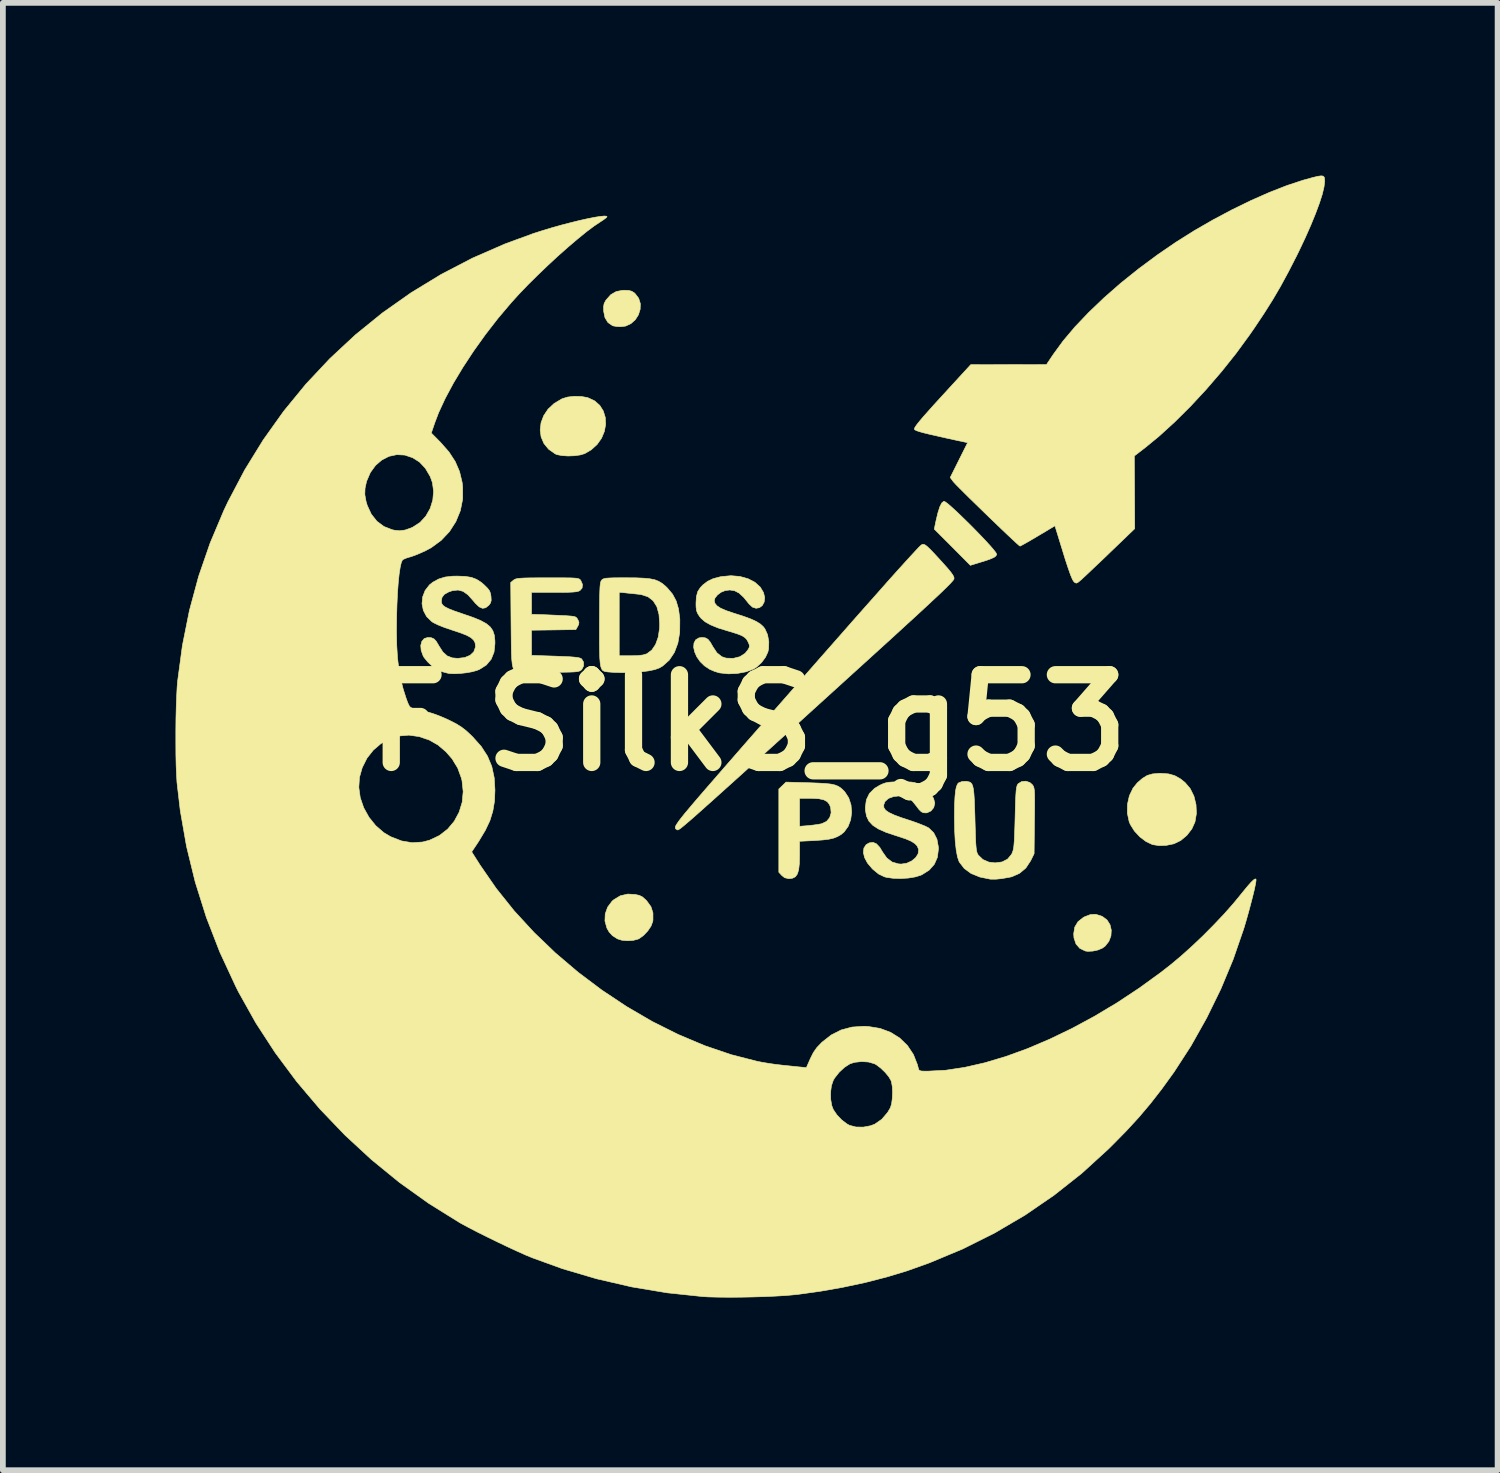
<source format=kicad_pcb>
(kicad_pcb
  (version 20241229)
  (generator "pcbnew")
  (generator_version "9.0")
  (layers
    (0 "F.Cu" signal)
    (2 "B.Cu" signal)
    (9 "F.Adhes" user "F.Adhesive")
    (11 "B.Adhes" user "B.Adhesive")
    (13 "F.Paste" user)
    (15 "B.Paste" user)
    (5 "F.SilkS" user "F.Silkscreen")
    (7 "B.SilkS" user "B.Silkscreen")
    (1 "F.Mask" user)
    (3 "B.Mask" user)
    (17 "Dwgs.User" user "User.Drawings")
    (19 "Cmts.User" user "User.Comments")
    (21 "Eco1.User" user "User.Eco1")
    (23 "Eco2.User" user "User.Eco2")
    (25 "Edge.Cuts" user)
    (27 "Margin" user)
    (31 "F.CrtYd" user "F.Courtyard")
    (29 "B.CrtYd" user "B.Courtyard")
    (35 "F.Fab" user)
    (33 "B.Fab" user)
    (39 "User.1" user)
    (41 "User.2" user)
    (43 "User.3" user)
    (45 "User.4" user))
  (footprint "F.SilkS_g53"
    (layer "F.Cu")
    (at 9.952 9.507)
    (property "Reference" "F.SilkS_g53" (at 0 0 0) (layer "F.SilkS") (effects (font (size 1.524 1.524) (thickness 0.3))))
    (attr through_hole)
    (fp_poly (pts (xy 6.135 3.359) (xy 6.151 3.366) (xy 6.231 3.426) (xy 6.283 3.508) (xy 6.305 3.603) (xy 6.299 3.703) (xy 6.263 3.798) (xy 6.199 3.879) (xy 6.152 3.914) (xy 6.076 3.947) (xy 5.983 3.967) (xy 5.895 3.971) (xy 5.853 3.965) (xy 5.758 3.919) (xy 5.692 3.843) (xy 5.657 3.739) (xy 5.652 3.666) (xy 5.67 3.551) (xy 5.726 3.457) (xy 5.819 3.383) (xy 5.841 3.371) (xy 5.943 3.332) (xy 6.036 3.328) (xy 6.135 3.359)) (stroke (width 0.01) (type solid)) (fill yes) (layer "F.SilkS"))
    (fp_poly (pts (xy -2.079 -7.511) (xy -2.027 -7.497) (xy -1.982 -7.469) (xy -1.968 -7.456) (xy -1.906 -7.375) (xy -1.877 -7.282) (xy -1.88 -7.184) (xy -1.91 -7.088) (xy -1.964 -7.003) (xy -2.04 -6.935) (xy -2.132 -6.892) (xy -2.22 -6.881) (xy -2.289 -6.885) (xy -2.347 -6.895) (xy -2.36 -6.899) (xy -2.44 -6.954) (xy -2.492 -7.04) (xy -2.514 -7.149) (xy -2.516 -7.228) (xy -2.506 -7.284) (xy -2.479 -7.335) (xy -2.473 -7.344) (xy -2.391 -7.437) (xy -2.296 -7.492) (xy -2.181 -7.514) (xy -2.156 -7.514) (xy -2.079 -7.511)) (stroke (width 0.01) (type solid)) (fill yes) (layer "F.SilkS"))
    (fp_poly (pts (xy 3.425 -3.835) (xy 3.476 -3.796) (xy 3.546 -3.734) (xy 3.631 -3.656) (xy 3.726 -3.564) (xy 3.828 -3.465) (xy 3.93 -3.362) (xy 4.029 -3.26) (xy 4.12 -3.164) (xy 4.199 -3.078) (xy 4.26 -3.007) (xy 4.3 -2.955) (xy 4.314 -2.927) (xy 4.314 -2.926) (xy 4.302 -2.901) (xy 4.274 -2.877) (xy 4.222 -2.853) (xy 4.142 -2.823) (xy 4.029 -2.788) (xy 3.857 -2.735) (xy 3.544 -3.05) (xy 3.23 -3.364) (xy 3.257 -3.497) (xy 3.292 -3.645) (xy 3.326 -3.752) (xy 3.36 -3.819) (xy 3.395 -3.847) (xy 3.398 -3.848) (xy 3.425 -3.835)) (stroke (width 0.01) (type solid)) (fill yes) (layer "F.SilkS"))
    (fp_poly (pts (xy -1.968 2.983) (xy -1.895 2.999) (xy -1.84 3.026) (xy -1.784 3.076) (xy -1.766 3.094) (xy -1.693 3.195) (xy -1.658 3.303) (xy -1.658 3.429) (xy -1.662 3.453) (xy -1.691 3.532) (xy -1.748 3.617) (xy -1.821 3.694) (xy -1.898 3.75) (xy -1.92 3.76) (xy -2.003 3.781) (xy -2.102 3.787) (xy -2.199 3.778) (xy -2.275 3.754) (xy -2.275 3.754) (xy -2.361 3.699) (xy -2.419 3.636) (xy -2.458 3.567) (xy -2.492 3.444) (xy -2.487 3.32) (xy -2.445 3.203) (xy -2.368 3.1) (xy -2.339 3.075) (xy -2.225 3.006) (xy -2.096 2.976) (xy -1.968 2.983)) (stroke (width 0.01) (type solid)) (fill yes) (layer "F.SilkS"))
    (fp_poly (pts (xy -2.899 -5.668) (xy -2.792 -5.649) (xy -2.673 -5.594) (xy -2.582 -5.514) (xy -2.52 -5.416) (xy -2.486 -5.304) (xy -2.48 -5.184) (xy -2.502 -5.062) (xy -2.551 -4.944) (xy -2.628 -4.835) (xy -2.731 -4.742) (xy -2.844 -4.676) (xy -2.922 -4.653) (xy -3.023 -4.639) (xy -3.133 -4.635) (xy -3.238 -4.642) (xy -3.323 -4.658) (xy -3.355 -4.671) (xy -3.47 -4.752) (xy -3.552 -4.852) (xy -3.601 -4.966) (xy -3.617 -5.088) (xy -3.602 -5.213) (xy -3.556 -5.335) (xy -3.48 -5.449) (xy -3.374 -5.548) (xy -3.239 -5.628) (xy -3.235 -5.63) (xy -3.139 -5.659) (xy -3.021 -5.672) (xy -2.899 -5.668)) (stroke (width 0.01) (type solid)) (fill yes) (layer "F.SilkS"))
    (fp_poly (pts (xy 7.297 0.888) (xy 7.406 0.918) (xy 7.507 0.975) (xy 7.587 1.039) (xy 7.676 1.144) (xy 7.741 1.275) (xy 7.777 1.422) (xy 7.784 1.576) (xy 7.759 1.724) (xy 7.704 1.845) (xy 7.618 1.956) (xy 7.512 2.045) (xy 7.394 2.102) (xy 7.386 2.104) (xy 7.26 2.13) (xy 7.133 2.134) (xy 7.024 2.117) (xy 7.022 2.117) (xy 6.911 2.065) (xy 6.802 1.983) (xy 6.707 1.881) (xy 6.637 1.769) (xy 6.616 1.72) (xy 6.584 1.57) (xy 6.586 1.417) (xy 6.619 1.269) (xy 6.682 1.137) (xy 6.757 1.044) (xy 6.848 0.965) (xy 6.93 0.915) (xy 7.02 0.889) (xy 7.131 0.879) (xy 7.165 0.879) (xy 7.297 0.888)) (stroke (width 0.01) (type solid)) (fill yes) (layer "F.SilkS"))
    (fp_poly (pts (xy 1.052 1.042) (xy 1.212 1.048) (xy 1.337 1.055) (xy 1.432 1.065) (xy 1.504 1.081) (xy 1.561 1.104) (xy 1.608 1.135) (xy 1.652 1.176) (xy 1.675 1.2) (xy 1.743 1.304) (xy 1.783 1.426) (xy 1.794 1.555) (xy 1.778 1.682) (xy 1.734 1.799) (xy 1.664 1.896) (xy 1.611 1.941) (xy 1.549 1.977) (xy 1.481 2.004) (xy 1.399 2.023) (xy 1.293 2.036) (xy 1.155 2.046) (xy 1.138 2.047) (xy 0.889 2.059) (xy 0.889 2.298) (xy 0.886 2.444) (xy 0.874 2.552) (xy 0.851 2.628) (xy 0.816 2.676) (xy 0.766 2.701) (xy 0.703 2.709) (xy 0.63 2.692) (xy 0.581 2.653) (xy 0.529 2.597) (xy 0.529 1.312) (xy 0.889 1.312) (xy 0.889 1.799) (xy 1.042 1.787) (xy 1.132 1.777) (xy 1.216 1.765) (xy 1.274 1.754) (xy 1.358 1.714) (xy 1.413 1.648) (xy 1.438 1.564) (xy 1.429 1.471) (xy 1.408 1.419) (xy 1.371 1.372) (xy 1.312 1.339) (xy 1.226 1.32) (xy 1.107 1.313) (xy 1.066 1.312) (xy 0.889 1.312) (xy 0.529 1.312) (xy 0.529 1.151) (xy 0.592 1.091) (xy 0.654 1.031) (xy 1.052 1.042)) (stroke (width 0.01) (type solid)) (fill yes) (layer "F.SilkS"))
    (fp_poly (pts (xy -1.956 -2.518) (xy -1.82 -2.512) (xy -1.713 -2.502) (xy -1.628 -2.485) (xy -1.559 -2.458) (xy -1.499 -2.422) (xy -1.441 -2.374) (xy -1.408 -2.342) (xy -1.318 -2.235) (xy -1.255 -2.117) (xy -1.214 -1.979) (xy -1.192 -1.812) (xy -1.191 -1.784) (xy -1.193 -1.571) (xy -1.225 -1.383) (xy -1.286 -1.221) (xy -1.375 -1.088) (xy -1.49 -0.986) (xy -1.548 -0.952) (xy -1.625 -0.924) (xy -1.737 -0.901) (xy -1.872 -0.884) (xy -2.023 -0.874) (xy -2.181 -0.871) (xy -2.336 -0.875) (xy -2.44 -0.883) (xy -2.478 -0.888) (xy -2.508 -0.896) (xy -2.533 -0.911) (xy -2.551 -0.938) (xy -2.565 -0.98) (xy -2.575 -1.041) (xy -2.582 -1.126) (xy -2.583 -1.164) (xy -2.244 -1.164) (xy -2.04 -1.164) (xy -1.919 -1.167) (xy -1.831 -1.178) (xy -1.768 -1.197) (xy -1.763 -1.199) (xy -1.678 -1.263) (xy -1.612 -1.36) (xy -1.566 -1.488) (xy -1.543 -1.642) (xy -1.541 -1.714) (xy -1.553 -1.882) (xy -1.59 -2.017) (xy -1.654 -2.119) (xy -1.744 -2.189) (xy -1.862 -2.227) (xy -1.899 -2.232) (xy -1.991 -2.242) (xy -2.091 -2.252) (xy -2.127 -2.256) (xy -2.244 -2.268) (xy -2.244 -1.164) (xy -2.583 -1.164) (xy -2.585 -1.238) (xy -2.587 -1.381) (xy -2.587 -1.56) (xy -2.587 -1.717) (xy -2.586 -1.913) (xy -2.585 -2.07) (xy -2.584 -2.194) (xy -2.581 -2.289) (xy -2.578 -2.359) (xy -2.573 -2.408) (xy -2.567 -2.442) (xy -2.559 -2.463) (xy -2.549 -2.478) (xy -2.549 -2.479) (xy -2.533 -2.493) (xy -2.51 -2.503) (xy -2.474 -2.511) (xy -2.419 -2.515) (xy -2.338 -2.518) (xy -2.226 -2.519) (xy -2.128 -2.519) (xy -1.956 -2.518)) (stroke (width 0.01) (type solid)) (fill yes) (layer "F.SilkS"))
    (fp_poly (pts (xy 4.89 1.038) (xy 4.932 1.074) (xy 4.945 1.092) (xy 4.956 1.113) (xy 4.963 1.14) (xy 4.969 1.181) (xy 4.972 1.238) (xy 4.973 1.319) (xy 4.973 1.427) (xy 4.972 1.569) (xy 4.97 1.703) (xy 4.964 2.275) (xy 4.903 2.399) (xy 4.82 2.524) (xy 4.71 2.616) (xy 4.577 2.675) (xy 4.531 2.685) (xy 4.399 2.708) (xy 4.299 2.718) (xy 4.221 2.718) (xy 4.202 2.717) (xy 4.021 2.68) (xy 3.87 2.619) (xy 3.752 2.533) (xy 3.667 2.423) (xy 3.66 2.41) (xy 3.633 2.331) (xy 3.611 2.214) (xy 3.594 2.062) (xy 3.584 1.879) (xy 3.58 1.669) (xy 3.58 1.609) (xy 3.582 1.429) (xy 3.589 1.289) (xy 3.599 1.183) (xy 3.615 1.108) (xy 3.636 1.062) (xy 3.651 1.045) (xy 3.712 1.021) (xy 3.788 1.017) (xy 3.841 1.029) (xy 3.864 1.042) (xy 3.882 1.063) (xy 3.897 1.098) (xy 3.909 1.151) (xy 3.918 1.226) (xy 3.925 1.328) (xy 3.93 1.463) (xy 3.936 1.633) (xy 3.937 1.685) (xy 3.942 1.853) (xy 3.946 1.985) (xy 3.95 2.085) (xy 3.956 2.158) (xy 3.962 2.211) (xy 3.97 2.248) (xy 3.98 2.275) (xy 3.993 2.297) (xy 3.997 2.302) (xy 4.074 2.376) (xy 4.178 2.421) (xy 4.286 2.434) (xy 4.408 2.418) (xy 4.503 2.369) (xy 4.571 2.288) (xy 4.576 2.279) (xy 4.589 2.249) (xy 4.6 2.215) (xy 4.609 2.172) (xy 4.615 2.114) (xy 4.621 2.035) (xy 4.625 1.93) (xy 4.63 1.793) (xy 4.634 1.648) (xy 4.638 1.48) (xy 4.642 1.35) (xy 4.647 1.251) (xy 4.652 1.18) (xy 4.659 1.129) (xy 4.667 1.096) (xy 4.677 1.074) (xy 4.687 1.06) (xy 4.747 1.022) (xy 4.82 1.015) (xy 4.89 1.038)) (stroke (width 0.01) (type solid)) (fill yes) (layer "F.SilkS"))
    (fp_poly (pts (xy 3.05 -3.099) (xy 3.077 -3.086) (xy 3.113 -3.057) (xy 3.163 -3.009) (xy 3.231 -2.938) (xy 3.32 -2.841) (xy 3.38 -2.775) (xy 3.463 -2.682) (xy 3.519 -2.614) (xy 3.554 -2.564) (xy 3.571 -2.528) (xy 3.573 -2.5) (xy 3.565 -2.485) (xy 3.544 -2.459) (xy 3.508 -2.419) (xy 3.455 -2.366) (xy 3.384 -2.296) (xy 3.294 -2.21) (xy 3.182 -2.106) (xy 3.049 -1.982) (xy 2.892 -1.837) (xy 2.71 -1.671) (xy 2.502 -1.48) (xy 2.265 -1.265) (xy 2 -1.024) (xy 1.82 -0.861) (xy 1.458 -0.532) (xy 1.125 -0.23) (xy 0.821 0.046) (xy 0.544 0.296) (xy 0.293 0.523) (xy 0.068 0.727) (xy -0.134 0.91) (xy -0.314 1.072) (xy -0.473 1.215) (xy -0.613 1.341) (xy -0.734 1.449) (xy -0.838 1.542) (xy -0.926 1.62) (xy -1 1.685) (xy -1.061 1.737) (xy -1.11 1.779) (xy -1.149 1.811) (xy -1.178 1.834) (xy -1.2 1.849) (xy -1.215 1.858) (xy -1.224 1.862) (xy -1.227 1.863) (xy -1.254 1.85) (xy -1.256 1.849) (xy -1.264 1.84) (xy -1.269 1.83) (xy -1.27 1.817) (xy -1.266 1.8) (xy -1.254 1.776) (xy -1.234 1.745) (xy -1.205 1.703) (xy -1.163 1.649) (xy -1.109 1.581) (xy -1.04 1.499) (xy -0.956 1.399) (xy -0.854 1.28) (xy -0.733 1.14) (xy -0.592 0.978) (xy -0.43 0.791) (xy -0.244 0.578) (xy -0.034 0.337) (xy 0.203 0.067) (xy 0.252 0.011) (xy 0.617 -0.406) (xy 0.955 -0.791) (xy 1.265 -1.145) (xy 1.549 -1.467) (xy 1.806 -1.76) (xy 2.038 -2.022) (xy 2.244 -2.254) (xy 2.424 -2.458) (xy 2.58 -2.632) (xy 2.712 -2.778) (xy 2.819 -2.895) (xy 2.902 -2.985) (xy 2.961 -3.048) (xy 2.998 -3.083) (xy 3.009 -3.092) (xy 3.029 -3.1) (xy 3.05 -3.099)) (stroke (width 0.01) (type solid)) (fill yes) (layer "F.SilkS"))
    (fp_poly (pts (xy -3.194 -2.518) (xy -3.098 -2.517) (xy -3.029 -2.514) (xy -2.981 -2.51) (xy -2.951 -2.503) (xy -2.932 -2.494) (xy -2.919 -2.482) (xy -2.912 -2.472) (xy -2.882 -2.403) (xy -2.889 -2.34) (xy -2.926 -2.298) (xy -2.95 -2.286) (xy -2.987 -2.277) (xy -3.044 -2.271) (xy -3.126 -2.267) (xy -3.238 -2.265) (xy -3.37 -2.265) (xy -3.768 -2.265) (xy -3.768 -1.884) (xy -3.667 -1.881) (xy -3.607 -1.879) (xy -3.517 -1.876) (xy -3.408 -1.871) (xy -3.293 -1.866) (xy -3.282 -1.865) (xy -3.167 -1.86) (xy -3.087 -1.854) (xy -3.035 -1.848) (xy -3.003 -1.838) (xy -2.983 -1.823) (xy -2.969 -1.802) (xy -2.964 -1.794) (xy -2.944 -1.748) (xy -2.948 -1.71) (xy -2.964 -1.677) (xy -2.997 -1.619) (xy -3.382 -1.613) (xy -3.768 -1.608) (xy -3.768 -1.171) (xy -3.351 -1.157) (xy -3.203 -1.151) (xy -3.092 -1.146) (xy -3.011 -1.139) (xy -2.956 -1.132) (xy -2.92 -1.122) (xy -2.898 -1.11) (xy -2.896 -1.108) (xy -2.863 -1.053) (xy -2.863 -0.987) (xy -2.893 -0.928) (xy -2.902 -0.919) (xy -2.92 -0.905) (xy -2.944 -0.895) (xy -2.979 -0.888) (xy -3.032 -0.883) (xy -3.109 -0.88) (xy -3.214 -0.878) (xy -3.355 -0.876) (xy -3.405 -0.876) (xy -3.546 -0.876) (xy -3.678 -0.876) (xy -3.792 -0.878) (xy -3.883 -0.879) (xy -3.941 -0.882) (xy -3.951 -0.883) (xy -3.993 -0.887) (xy -4.027 -0.894) (xy -4.055 -0.907) (xy -4.076 -0.93) (xy -4.092 -0.968) (xy -4.103 -1.024) (xy -4.111 -1.102) (xy -4.116 -1.207) (xy -4.119 -1.342) (xy -4.121 -1.512) (xy -4.123 -1.707) (xy -4.129 -2.437) (xy -4.081 -2.477) (xy -4.063 -2.489) (xy -4.04 -2.499) (xy -4.007 -2.506) (xy -3.959 -2.511) (xy -3.889 -2.515) (xy -3.793 -2.517) (xy -3.665 -2.518) (xy -3.501 -2.518) (xy -3.488 -2.518) (xy -3.323 -2.518) (xy -3.194 -2.518)) (stroke (width 0.01) (type solid)) (fill yes) (layer "F.SilkS"))
    (fp_poly (pts (xy -0.148 -2.542) (xy -0.007 -2.503) (xy 0.113 -2.441) (xy 0.206 -2.357) (xy 0.263 -2.262) (xy 0.284 -2.174) (xy 0.274 -2.097) (xy 0.242 -2.037) (xy 0.193 -2) (xy 0.134 -1.989) (xy 0.071 -2.009) (xy 0.01 -2.066) (xy 0.008 -2.069) (xy -0.081 -2.179) (xy -0.161 -2.253) (xy -0.24 -2.294) (xy -0.323 -2.307) (xy -0.402 -2.297) (xy -0.474 -2.268) (xy -0.537 -2.221) (xy -0.58 -2.167) (xy -0.593 -2.124) (xy -0.582 -2.077) (xy -0.548 -2.034) (xy -0.485 -1.992) (xy -0.39 -1.95) (xy -0.258 -1.905) (xy -0.229 -1.896) (xy -0.071 -1.845) (xy 0.05 -1.8) (xy 0.142 -1.757) (xy 0.211 -1.713) (xy 0.261 -1.667) (xy 0.287 -1.632) (xy 0.333 -1.531) (xy 0.355 -1.409) (xy 0.351 -1.285) (xy 0.34 -1.232) (xy 0.298 -1.14) (xy 0.229 -1.047) (xy 0.144 -0.969) (xy 0.086 -0.932) (xy -0.042 -0.885) (xy -0.193 -0.857) (xy -0.349 -0.85) (xy -0.496 -0.866) (xy -0.514 -0.87) (xy -0.588 -0.893) (xy -0.664 -0.925) (xy -0.672 -0.929) (xy -0.764 -0.99) (xy -0.839 -1.064) (xy -0.897 -1.147) (xy -0.934 -1.232) (xy -0.951 -1.313) (xy -0.945 -1.385) (xy -0.916 -1.44) (xy -0.861 -1.474) (xy -0.806 -1.482) (xy -0.748 -1.475) (xy -0.702 -1.45) (xy -0.661 -1.399) (xy -0.618 -1.323) (xy -0.547 -1.216) (xy -0.462 -1.148) (xy -0.387 -1.123) (xy -0.262 -1.119) (xy -0.15 -1.147) (xy -0.057 -1.206) (xy -0.001 -1.276) (xy 0.018 -1.317) (xy 0.016 -1.355) (xy -0.005 -1.405) (xy -0.03 -1.449) (xy -0.064 -1.483) (xy -0.114 -1.514) (xy -0.188 -1.543) (xy -0.291 -1.576) (xy -0.36 -1.596) (xy -0.525 -1.647) (xy -0.653 -1.699) (xy -0.75 -1.753) (xy -0.821 -1.814) (xy -0.848 -1.847) (xy -0.882 -1.9) (xy -0.901 -1.949) (xy -0.909 -2.012) (xy -0.91 -2.079) (xy -0.903 -2.192) (xy -0.88 -2.278) (xy -0.834 -2.349) (xy -0.79 -2.395) (xy -0.708 -2.458) (xy -0.613 -2.503) (xy -0.492 -2.535) (xy -0.466 -2.54) (xy -0.303 -2.555) (xy -0.148 -2.542)) (stroke (width 0.01) (type solid)) (fill yes) (layer "F.SilkS"))
    (fp_poly (pts (xy -4.921 -2.543) (xy -4.813 -2.526) (xy -4.723 -2.492) (xy -4.642 -2.44) (xy -4.592 -2.397) (xy -4.532 -2.338) (xy -4.497 -2.292) (xy -4.479 -2.243) (xy -4.472 -2.195) (xy -4.468 -2.127) (xy -4.479 -2.083) (xy -4.508 -2.043) (xy -4.509 -2.042) (xy -4.564 -1.998) (xy -4.618 -1.988) (xy -4.676 -2.013) (xy -4.742 -2.075) (xy -4.784 -2.125) (xy -4.872 -2.223) (xy -4.956 -2.283) (xy -5.043 -2.306) (xy -5.139 -2.296) (xy -5.207 -2.273) (xy -5.284 -2.23) (xy -5.324 -2.175) (xy -5.334 -2.111) (xy -5.329 -2.075) (xy -5.309 -2.043) (xy -5.27 -2.013) (xy -5.207 -1.981) (xy -5.114 -1.944) (xy -4.987 -1.9) (xy -4.946 -1.886) (xy -4.78 -1.829) (xy -4.65 -1.775) (xy -4.553 -1.722) (xy -4.485 -1.665) (xy -4.44 -1.6) (xy -4.414 -1.522) (xy -4.404 -1.428) (xy -4.403 -1.377) (xy -4.419 -1.227) (xy -4.469 -1.103) (xy -4.553 -1.003) (xy -4.671 -0.928) (xy -4.718 -0.909) (xy -4.796 -0.887) (xy -4.896 -0.869) (xy -5.003 -0.857) (xy -5.105 -0.852) (xy -5.187 -0.855) (xy -5.218 -0.86) (xy -5.267 -0.873) (xy -5.33 -0.889) (xy -5.336 -0.891) (xy -5.41 -0.924) (xy -5.493 -0.983) (xy -5.571 -1.057) (xy -5.634 -1.134) (xy -5.652 -1.166) (xy -5.685 -1.258) (xy -5.692 -1.343) (xy -5.673 -1.414) (xy -5.631 -1.463) (xy -5.569 -1.482) (xy -5.567 -1.482) (xy -5.507 -1.477) (xy -5.462 -1.457) (xy -5.423 -1.415) (xy -5.38 -1.343) (xy -5.373 -1.331) (xy -5.306 -1.227) (xy -5.232 -1.161) (xy -5.143 -1.127) (xy -5.048 -1.119) (xy -4.928 -1.133) (xy -4.835 -1.172) (xy -4.771 -1.232) (xy -4.743 -1.31) (xy -4.741 -1.333) (xy -4.748 -1.389) (xy -4.773 -1.436) (xy -4.819 -1.478) (xy -4.892 -1.519) (xy -4.997 -1.56) (xy -5.134 -1.606) (xy -5.274 -1.653) (xy -5.39 -1.699) (xy -5.475 -1.741) (xy -5.501 -1.758) (xy -5.591 -1.846) (xy -5.647 -1.952) (xy -5.67 -2.068) (xy -5.659 -2.186) (xy -5.616 -2.298) (xy -5.541 -2.395) (xy -5.482 -2.442) (xy -5.379 -2.498) (xy -5.267 -2.532) (xy -5.133 -2.547) (xy -5.059 -2.548) (xy -4.921 -2.543)) (stroke (width 0.01) (type solid)) (fill yes) (layer "F.SilkS"))
    (fp_poly (pts (xy 2.753 1.027) (xy 2.828 1.03) (xy 2.884 1.038) (xy 2.93 1.053) (xy 2.977 1.075) (xy 3.004 1.09) (xy 3.093 1.153) (xy 3.167 1.231) (xy 3.218 1.315) (xy 3.238 1.393) (xy 3.239 1.398) (xy 3.22 1.474) (xy 3.172 1.532) (xy 3.105 1.564) (xy 3.079 1.566) (xy 3.036 1.562) (xy 3.001 1.543) (xy 2.961 1.503) (xy 2.922 1.451) (xy 2.855 1.367) (xy 2.799 1.313) (xy 2.742 1.283) (xy 2.675 1.271) (xy 2.629 1.27) (xy 2.521 1.282) (xy 2.434 1.314) (xy 2.377 1.365) (xy 2.371 1.375) (xy 2.351 1.428) (xy 2.354 1.475) (xy 2.384 1.519) (xy 2.444 1.561) (xy 2.537 1.604) (xy 2.667 1.652) (xy 2.754 1.68) (xy 2.868 1.718) (xy 2.974 1.757) (xy 3.062 1.792) (xy 3.122 1.821) (xy 3.136 1.83) (xy 3.22 1.912) (xy 3.276 2.022) (xy 3.3 2.154) (xy 3.302 2.192) (xy 3.284 2.337) (xy 3.231 2.458) (xy 3.143 2.558) (xy 3.018 2.638) (xy 2.995 2.649) (xy 2.9 2.678) (xy 2.779 2.698) (xy 2.645 2.706) (xy 2.514 2.702) (xy 2.4 2.686) (xy 2.363 2.676) (xy 2.263 2.628) (xy 2.161 2.544) (xy 2.15 2.533) (xy 2.07 2.438) (xy 2.019 2.343) (xy 1.998 2.254) (xy 2.007 2.177) (xy 2.046 2.118) (xy 2.1 2.087) (xy 2.166 2.078) (xy 2.225 2.103) (xy 2.283 2.165) (xy 2.329 2.242) (xy 2.405 2.35) (xy 2.498 2.42) (xy 2.609 2.452) (xy 2.658 2.455) (xy 2.752 2.44) (xy 2.837 2.401) (xy 2.905 2.345) (xy 2.948 2.279) (xy 2.958 2.209) (xy 2.955 2.194) (xy 2.934 2.143) (xy 2.894 2.1) (xy 2.831 2.059) (xy 2.738 2.019) (xy 2.61 1.976) (xy 2.566 1.962) (xy 2.394 1.905) (xy 2.261 1.846) (xy 2.162 1.782) (xy 2.094 1.709) (xy 2.053 1.624) (xy 2.034 1.523) (xy 2.032 1.47) (xy 2.05 1.338) (xy 2.103 1.229) (xy 2.193 1.139) (xy 2.282 1.086) (xy 2.338 1.06) (xy 2.389 1.043) (xy 2.444 1.033) (xy 2.516 1.028) (xy 2.616 1.027) (xy 2.646 1.027) (xy 2.753 1.027)) (stroke (width 0.01) (type solid)) (fill yes) (layer "F.SilkS"))
    (fp_poly (pts (xy 9.987 -9.497) (xy 10.005 -9.477) (xy 10.011 -9.442) (xy 10.012 -9.405) (xy 10.001 -9.31) (xy 9.971 -9.183) (xy 9.921 -9.027) (xy 9.854 -8.847) (xy 9.772 -8.646) (xy 9.675 -8.427) (xy 9.566 -8.196) (xy 9.522 -8.107) (xy 9.382 -7.834) (xy 9.247 -7.585) (xy 9.109 -7.349) (xy 8.96 -7.113) (xy 8.794 -6.864) (xy 8.706 -6.737) (xy 8.473 -6.418) (xy 8.22 -6.101) (xy 7.954 -5.792) (xy 7.681 -5.498) (xy 7.406 -5.225) (xy 7.136 -4.979) (xy 6.897 -4.783) (xy 6.705 -4.635) (xy 6.709 -4.003) (xy 6.712 -3.372) (xy 6.282 -2.959) (xy 6.167 -2.848) (xy 6.057 -2.744) (xy 5.958 -2.65) (xy 5.876 -2.572) (xy 5.813 -2.514) (xy 5.777 -2.48) (xy 5.776 -2.48) (xy 5.728 -2.44) (xy 5.699 -2.426) (xy 5.675 -2.434) (xy 5.656 -2.45) (xy 5.632 -2.487) (xy 5.599 -2.564) (xy 5.557 -2.683) (xy 5.504 -2.843) (xy 5.47 -2.954) (xy 5.326 -3.422) (xy 5.03 -3.245) (xy 4.93 -3.186) (xy 4.842 -3.135) (xy 4.774 -3.097) (xy 4.731 -3.074) (xy 4.72 -3.069) (xy 4.7 -3.083) (xy 4.655 -3.123) (xy 4.588 -3.185) (xy 4.503 -3.265) (xy 4.404 -3.359) (xy 4.296 -3.463) (xy 4.181 -3.573) (xy 4.066 -3.685) (xy 3.953 -3.795) (xy 3.846 -3.899) (xy 3.75 -3.994) (xy 3.669 -4.075) (xy 3.607 -4.138) (xy 3.568 -4.18) (xy 3.558 -4.192) (xy 3.507 -4.261) (xy 3.658 -4.564) (xy 3.809 -4.866) (xy 3.645 -4.901) (xy 3.444 -4.945) (xy 3.281 -4.982) (xy 3.152 -5.011) (xy 3.054 -5.035) (xy 2.981 -5.055) (xy 2.932 -5.071) (xy 2.902 -5.084) (xy 2.887 -5.095) (xy 2.884 -5.101) (xy 2.887 -5.118) (xy 2.902 -5.145) (xy 2.931 -5.186) (xy 2.976 -5.242) (xy 3.039 -5.317) (xy 3.124 -5.412) (xy 3.23 -5.531) (xy 3.362 -5.675) (xy 3.503 -5.829) (xy 3.863 -6.221) (xy 4.521 -6.222) (xy 5.179 -6.223) (xy 5.299 -6.402) (xy 5.469 -6.635) (xy 5.675 -6.879) (xy 5.914 -7.13) (xy 6.18 -7.384) (xy 6.471 -7.639) (xy 6.783 -7.889) (xy 7.111 -8.132) (xy 7.428 -8.349) (xy 7.744 -8.548) (xy 8.072 -8.737) (xy 8.403 -8.913) (xy 8.733 -9.074) (xy 9.053 -9.215) (xy 9.357 -9.334) (xy 9.639 -9.427) (xy 9.684 -9.439) (xy 9.806 -9.473) (xy 9.893 -9.494) (xy 9.952 -9.502) (xy 9.987 -9.497)) (stroke (width 0.01) (type solid)) (fill yes) (layer "F.SilkS"))
    (fp_poly (pts (xy -2.46 -8.799) (xy -2.456 -8.792) (xy -2.473 -8.772) (xy -2.517 -8.739) (xy -2.567 -8.706) (xy -2.68 -8.631) (xy -2.816 -8.529) (xy -2.969 -8.404) (xy -3.136 -8.262) (xy -3.311 -8.107) (xy -3.488 -7.943) (xy -3.663 -7.775) (xy -3.831 -7.609) (xy -3.986 -7.447) (xy -4.122 -7.297) (xy -4.351 -7.026) (xy -4.568 -6.746) (xy -4.772 -6.461) (xy -4.958 -6.178) (xy -5.124 -5.902) (xy -5.266 -5.637) (xy -5.381 -5.389) (xy -5.449 -5.21) (xy -5.509 -5.034) (xy -5.349 -4.872) (xy -5.202 -4.705) (xy -5.093 -4.538) (xy -5.018 -4.364) (xy -4.973 -4.176) (xy -4.964 -4.096) (xy -4.964 -3.886) (xy -5.004 -3.685) (xy -5.082 -3.495) (xy -5.193 -3.322) (xy -5.336 -3.17) (xy -5.509 -3.043) (xy -5.609 -2.989) (xy -5.702 -2.947) (xy -5.794 -2.909) (xy -5.869 -2.883) (xy -5.889 -2.878) (xy -5.952 -2.858) (xy -5.999 -2.836) (xy -6.011 -2.826) (xy -6.031 -2.781) (xy -6.05 -2.697) (xy -6.068 -2.578) (xy -6.083 -2.43) (xy -6.096 -2.255) (xy -6.105 -2.059) (xy -6.111 -1.859) (xy -6.114 -1.583) (xy -6.109 -1.342) (xy -6.096 -1.129) (xy -6.073 -0.937) (xy -6.041 -0.759) (xy -5.998 -0.588) (xy -5.949 -0.434) (xy -5.919 -0.35) (xy -5.894 -0.297) (xy -5.87 -0.268) (xy -5.841 -0.253) (xy -5.829 -0.25) (xy -5.78 -0.238) (xy -5.704 -0.219) (xy -5.615 -0.198) (xy -5.588 -0.191) (xy -5.484 -0.161) (xy -5.362 -0.116) (xy -5.238 -0.063) (xy -5.186 -0.038) (xy -5.073 0.02) (xy -4.985 0.075) (xy -4.906 0.136) (xy -4.821 0.215) (xy -4.791 0.244) (xy -4.642 0.411) (xy -4.532 0.581) (xy -4.458 0.759) (xy -4.416 0.955) (xy -4.403 1.17) (xy -4.411 1.363) (xy -4.44 1.536) (xy -4.491 1.701) (xy -4.57 1.868) (xy -4.678 2.048) (xy -4.691 2.069) (xy -4.807 2.243) (xy -4.659 2.476) (xy -4.381 2.878) (xy -4.069 3.268) (xy -3.725 3.642) (xy -3.354 3.998) (xy -2.959 4.334) (xy -2.544 4.646) (xy -2.112 4.933) (xy -1.669 5.191) (xy -1.216 5.417) (xy -0.758 5.61) (xy -0.3 5.766) (xy 0.148 5.881) (xy 0.245 5.9) (xy 0.347 5.917) (xy 0.462 5.934) (xy 0.599 5.95) (xy 0.764 5.967) (xy 0.88 5.979) (xy 1.008 5.991) (xy 1.078 5.832) (xy 1.13 5.728) (xy 1.19 5.643) (xy 1.271 5.558) (xy 1.279 5.55) (xy 1.44 5.424) (xy 1.612 5.337) (xy 1.8 5.287) (xy 2.008 5.273) (xy 2.084 5.277) (xy 2.287 5.31) (xy 2.47 5.378) (xy 2.63 5.478) (xy 2.763 5.607) (xy 2.867 5.763) (xy 2.938 5.943) (xy 2.951 5.995) (xy 2.96 6.026) (xy 2.976 6.043) (xy 3.009 6.051) (xy 3.069 6.053) (xy 3.117 6.053) (xy 3.427 6.037) (xy 3.758 5.987) (xy 4.108 5.907) (xy 4.473 5.798) (xy 4.85 5.661) (xy 5.235 5.497) (xy 5.625 5.309) (xy 6.016 5.098) (xy 6.405 4.865) (xy 6.788 4.612) (xy 7.163 4.34) (xy 7.346 4.197) (xy 7.52 4.051) (xy 7.708 3.882) (xy 7.902 3.698) (xy 8.091 3.507) (xy 8.269 3.319) (xy 8.426 3.141) (xy 8.503 3.048) (xy 8.602 2.926) (xy 8.678 2.834) (xy 8.735 2.77) (xy 8.776 2.731) (xy 8.802 2.714) (xy 8.818 2.715) (xy 8.819 2.716) (xy 8.82 2.742) (xy 8.81 2.803) (xy 8.792 2.892) (xy 8.765 3.003) (xy 8.732 3.132) (xy 8.695 3.271) (xy 8.655 3.414) (xy 8.613 3.557) (xy 8.6 3.597) (xy 8.423 4.11) (xy 8.209 4.624) (xy 7.963 5.127) (xy 7.69 5.613) (xy 7.394 6.07) (xy 7.375 6.096) (xy 7.179 6.367) (xy 6.985 6.616) (xy 6.784 6.854) (xy 6.567 7.09) (xy 6.326 7.335) (xy 6.249 7.411) (xy 5.793 7.827) (xy 5.312 8.207) (xy 4.808 8.553) (xy 4.279 8.864) (xy 3.725 9.141) (xy 3.148 9.382) (xy 2.757 9.522) (xy 2.41 9.627) (xy 2.034 9.724) (xy 1.641 9.808) (xy 1.244 9.878) (xy 0.854 9.932) (xy 0.794 9.938) (xy 0.65 9.951) (xy 0.475 9.961) (xy 0.279 9.97) (xy 0.07 9.976) (xy -0.141 9.98) (xy -0.346 9.981) (xy -0.534 9.979) (xy -0.697 9.975) (xy -0.794 9.969) (xy -1.41 9.904) (xy -2.027 9.801) (xy -2.637 9.66) (xy -3.233 9.484) (xy -3.744 9.299) (xy -3.864 9.25) (xy -4.011 9.184) (xy -4.178 9.107) (xy -4.356 9.022) (xy -4.534 8.935) (xy -4.705 8.85) (xy -4.859 8.77) (xy -4.987 8.701) (xy -5.027 8.678) (xy -5.555 8.349) (xy -6.064 7.985) (xy -6.549 7.589) (xy -7.01 7.163) (xy -7.444 6.71) (xy -7.69 6.42) (xy 1.428 6.42) (xy 1.43 6.541) (xy 1.449 6.652) (xy 1.475 6.72) (xy 1.538 6.813) (xy 1.621 6.9) (xy 1.71 6.968) (xy 1.757 6.994) (xy 1.869 7.023) (xy 1.997 7.025) (xy 2.124 7.001) (xy 2.197 6.973) (xy 2.318 6.889) (xy 2.42 6.769) (xy 2.467 6.689) (xy 2.488 6.623) (xy 2.5 6.531) (xy 2.505 6.427) (xy 2.501 6.326) (xy 2.487 6.243) (xy 2.479 6.218) (xy 2.44 6.15) (xy 2.376 6.073) (xy 2.3 6) (xy 2.225 5.943) (xy 2.191 5.924) (xy 2.087 5.894) (xy 1.967 5.886) (xy 1.848 5.899) (xy 1.767 5.924) (xy 1.673 5.984) (xy 1.579 6.07) (xy 1.5 6.17) (xy 1.475 6.212) (xy 1.443 6.305) (xy 1.428 6.42) (xy -7.69 6.42) (xy -7.848 6.233) (xy -8.22 5.733) (xy -8.557 5.215) (xy -8.857 4.679) (xy -8.908 4.577) (xy -9.184 3.982) (xy -9.418 3.378) (xy -9.61 2.768) (xy -9.761 2.15) (xy -9.87 1.527) (xy -9.917 1.124) (xy -6.768 1.124) (xy -6.743 1.303) (xy -6.683 1.477) (xy -6.592 1.641) (xy -6.475 1.787) (xy -6.334 1.909) (xy -6.214 1.98) (xy -6.026 2.053) (xy -5.841 2.084) (xy -5.66 2.072) (xy -5.536 2.039) (xy -5.368 1.959) (xy -5.225 1.848) (xy -5.11 1.711) (xy -5.025 1.553) (xy -4.972 1.38) (xy -4.955 1.196) (xy -4.975 1.007) (xy -4.985 0.964) (xy -5.05 0.786) (xy -5.147 0.627) (xy -5.254 0.504) (xy -5.393 0.386) (xy -5.544 0.3) (xy -5.72 0.24) (xy -5.898 0.215) (xy -6.071 0.23) (xy -6.235 0.28) (xy -6.385 0.363) (xy -6.517 0.476) (xy -6.627 0.616) (xy -6.709 0.78) (xy -6.757 0.949) (xy -6.768 1.124) (xy -9.917 1.124) (xy -9.927 1.037) (xy -9.935 0.906) (xy -9.942 0.741) (xy -9.946 0.552) (xy -9.947 0.347) (xy -9.947 0.135) (xy -9.945 -0.076) (xy -9.94 -0.278) (xy -9.933 -0.461) (xy -9.925 -0.617) (xy -9.917 -0.716) (xy -9.833 -1.342) (xy -9.711 -1.951) (xy -9.551 -2.544) (xy -9.351 -3.123) (xy -9.112 -3.69) (xy -9.04 -3.842) (xy -8.975 -3.965) (xy -6.664 -3.965) (xy -6.643 -3.849) (xy -6.622 -3.777) (xy -6.552 -3.625) (xy -6.455 -3.502) (xy -6.332 -3.41) (xy -6.189 -3.354) (xy -6.154 -3.346) (xy -6.057 -3.336) (xy -5.966 -3.348) (xy -5.865 -3.383) (xy -5.828 -3.4) (xy -5.703 -3.481) (xy -5.603 -3.591) (xy -5.528 -3.723) (xy -5.483 -3.868) (xy -5.469 -4.02) (xy -5.489 -4.171) (xy -5.527 -4.277) (xy -5.611 -4.42) (xy -5.713 -4.529) (xy -5.831 -4.604) (xy -5.97 -4.651) (xy -6.109 -4.658) (xy -6.244 -4.629) (xy -6.369 -4.565) (xy -6.478 -4.471) (xy -6.568 -4.347) (xy -6.632 -4.198) (xy -6.634 -4.192) (xy -6.66 -4.073) (xy -6.664 -3.965) (xy -8.975 -3.965) (xy -8.751 -4.391) (xy -8.428 -4.915) (xy -8.073 -5.413) (xy -7.687 -5.884) (xy -7.271 -6.327) (xy -6.827 -6.74) (xy -6.356 -7.122) (xy -5.859 -7.472) (xy -5.337 -7.79) (xy -4.793 -8.073) (xy -4.227 -8.32) (xy -3.736 -8.5) (xy -3.576 -8.551) (xy -3.411 -8.601) (xy -3.244 -8.648) (xy -3.081 -8.69) (xy -2.927 -8.728) (xy -2.787 -8.759) (xy -2.665 -8.783) (xy -2.567 -8.798) (xy -2.497 -8.804) (xy -2.46 -8.799)) (stroke (width 0.01) (type solid)) (fill yes) (layer "F.SilkS")))
  (gr_rect
    (start -3 -3)
    (end 22.969 22.493)
    (stroke (width 0.1) (type default))
    (fill no)
    (layer "Edge.Cuts")))
</source>
